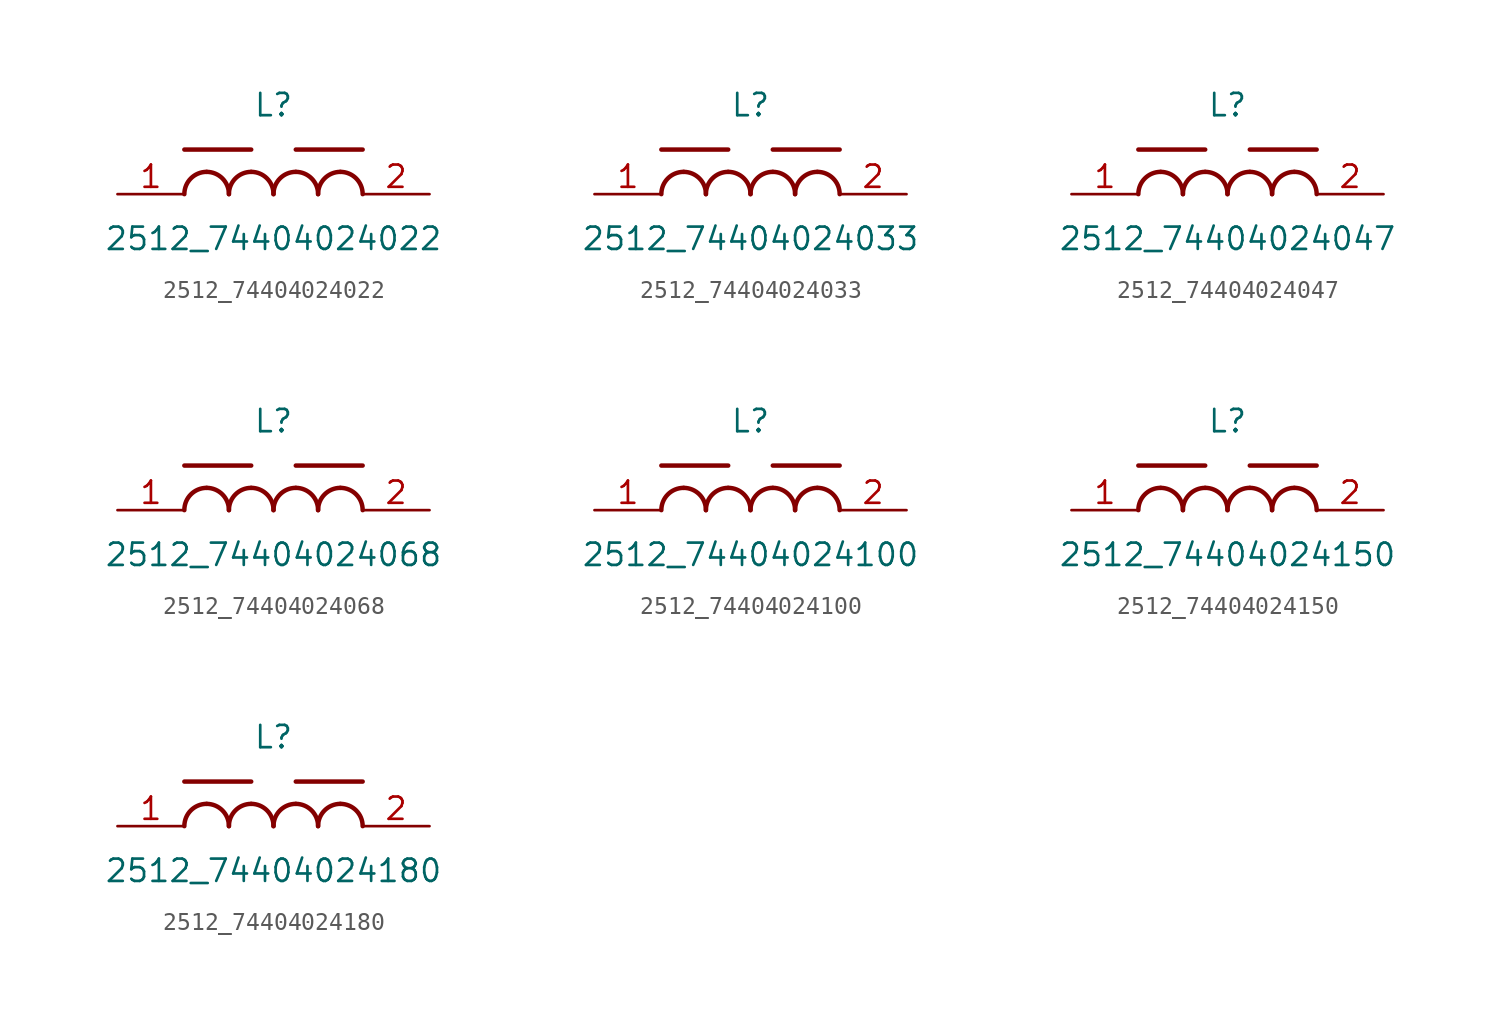
<source format=kicad_sym>
(kicad_symbol_lib
  (version 20211014)
  (generator kicad_symbol_editor)
  (symbol "Inductor_Wurth_WE-LQS:2512_74404024022"
    (pin_names hide)
    (property "Reference" "L"
      (at 0 5.08 0)
      (effects (font (size 1.27 1.27))))
    (property "Value" "2512_74404024022"
      (at 0 -2.54 0)
      (effects (font (size 1.27 1.27))))
    (symbol "2512_74404024022_0_1"
      (arc (start -3.81 1.27) (mid -4.708 0.898) (end -5.08 0) (stroke (width 0.254) (type default) (color 0 0 0 0)) (fill (type none)))
      (arc (start -2.54 0) (mid -2.912 0.898) (end -3.81 1.27) (stroke (width 0.254) (type default) (color 0 0 0 0)) (fill (type none)))
      (arc (start -1.2699 1.2701) (mid -2.1679 0.8981) (end -2.5399 0.0001) (stroke (width 0.254) (type default) (color 0 0 0 0)) (fill (type none)))
      (polyline (pts (xy -5.08 2.54) (xy -1.27 2.54)) (stroke (width 0.254) (type default) (color 0 0 0 0)) (fill (type none)))
      (polyline (pts (xy 5.08 2.54) (xy 1.27 2.54)) (stroke (width 0.254) (type default) (color 0 0 0 0)) (fill (type none)))
      (arc (start 0.0001 0.0001) (mid -0.3719 0.8981) (end -1.2699 1.2701) (stroke (width 0.254) (type default) (color 0 0 0 0)) (fill (type none)))
      (arc (start 1.2701 1.2701) (mid 0.3721 0.8981) (end 0.0001 0.0001) (stroke (width 0.254) (type default) (color 0 0 0 0)) (fill (type none)))
      (arc (start 2.5401 0.0001) (mid 2.1681 0.8981) (end 1.2701 1.2701) (stroke (width 0.254) (type default) (color 0 0 0 0)) (fill (type none)))
      (arc (start 3.8101 1.2701) (mid 2.9121 0.8981) (end 2.5401 0.0001) (stroke (width 0.254) (type default) (color 0 0 0 0)) (fill (type none)))
      (arc (start 5.0801 0.0001) (mid 4.7081 0.8981) (end 3.8101 1.2701) (stroke (width 0.254) (type default) (color 0 0 0 0)) (fill (type none))))
    (symbol "2512_74404024022_1_1"
      (pin passive line (at -8.89 0 0) (length 3.81) (name "1" (effects (font (size 1.27 1.27)))) (number "1" (effects (font (size 1.27 1.27)))))
      (pin passive line (at 8.89 0 180) (length 3.81) (name "2" (effects (font (size 1.27 1.27)))) (number "2" (effects (font (size 1.27 1.27)))))))
  (symbol "Inductor_Wurth_WE-LQS:2512_74404024033"
    (pin_names hide)
    (property "Reference" "L"
      (at 0 5.08 0)
      (effects (font (size 1.27 1.27))))
    (property "Value" "2512_74404024033"
      (at 0 -2.54 0)
      (effects (font (size 1.27 1.27))))
    (symbol "2512_74404024033_0_1"
      (arc (start -3.81 1.27) (mid -4.708 0.898) (end -5.08 0) (stroke (width 0.254) (type default) (color 0 0 0 0)) (fill (type none)))
      (arc (start -2.54 0) (mid -2.912 0.898) (end -3.81 1.27) (stroke (width 0.254) (type default) (color 0 0 0 0)) (fill (type none)))
      (arc (start -1.2699 1.2701) (mid -2.1679 0.8981) (end -2.5399 0.0001) (stroke (width 0.254) (type default) (color 0 0 0 0)) (fill (type none)))
      (polyline (pts (xy -5.08 2.54) (xy -1.27 2.54)) (stroke (width 0.254) (type default) (color 0 0 0 0)) (fill (type none)))
      (polyline (pts (xy 5.08 2.54) (xy 1.27 2.54)) (stroke (width 0.254) (type default) (color 0 0 0 0)) (fill (type none)))
      (arc (start 0.0001 0.0001) (mid -0.3719 0.8981) (end -1.2699 1.2701) (stroke (width 0.254) (type default) (color 0 0 0 0)) (fill (type none)))
      (arc (start 1.2701 1.2701) (mid 0.3721 0.8981) (end 0.0001 0.0001) (stroke (width 0.254) (type default) (color 0 0 0 0)) (fill (type none)))
      (arc (start 2.5401 0.0001) (mid 2.1681 0.8981) (end 1.2701 1.2701) (stroke (width 0.254) (type default) (color 0 0 0 0)) (fill (type none)))
      (arc (start 3.8101 1.2701) (mid 2.9121 0.8981) (end 2.5401 0.0001) (stroke (width 0.254) (type default) (color 0 0 0 0)) (fill (type none)))
      (arc (start 5.0801 0.0001) (mid 4.7081 0.8981) (end 3.8101 1.2701) (stroke (width 0.254) (type default) (color 0 0 0 0)) (fill (type none))))
    (symbol "2512_74404024033_1_1"
      (pin passive line (at -8.89 0 0) (length 3.81) (name "1" (effects (font (size 1.27 1.27)))) (number "1" (effects (font (size 1.27 1.27)))))
      (pin passive line (at 8.89 0 180) (length 3.81) (name "2" (effects (font (size 1.27 1.27)))) (number "2" (effects (font (size 1.27 1.27)))))))
  (symbol "Inductor_Wurth_WE-LQS:2512_74404024047"
    (pin_names hide)
    (property "Reference" "L"
      (at 0 5.08 0)
      (effects (font (size 1.27 1.27))))
    (property "Value" "2512_74404024047"
      (at 0 -2.54 0)
      (effects (font (size 1.27 1.27))))
    (symbol "2512_74404024047_0_1"
      (arc (start -3.81 1.27) (mid -4.708 0.898) (end -5.08 0) (stroke (width 0.254) (type default) (color 0 0 0 0)) (fill (type none)))
      (arc (start -2.54 0) (mid -2.912 0.898) (end -3.81 1.27) (stroke (width 0.254) (type default) (color 0 0 0 0)) (fill (type none)))
      (arc (start -1.2699 1.2701) (mid -2.1679 0.8981) (end -2.5399 0.0001) (stroke (width 0.254) (type default) (color 0 0 0 0)) (fill (type none)))
      (polyline (pts (xy -5.08 2.54) (xy -1.27 2.54)) (stroke (width 0.254) (type default) (color 0 0 0 0)) (fill (type none)))
      (polyline (pts (xy 5.08 2.54) (xy 1.27 2.54)) (stroke (width 0.254) (type default) (color 0 0 0 0)) (fill (type none)))
      (arc (start 0.0001 0.0001) (mid -0.3719 0.8981) (end -1.2699 1.2701) (stroke (width 0.254) (type default) (color 0 0 0 0)) (fill (type none)))
      (arc (start 1.2701 1.2701) (mid 0.3721 0.8981) (end 0.0001 0.0001) (stroke (width 0.254) (type default) (color 0 0 0 0)) (fill (type none)))
      (arc (start 2.5401 0.0001) (mid 2.1681 0.8981) (end 1.2701 1.2701) (stroke (width 0.254) (type default) (color 0 0 0 0)) (fill (type none)))
      (arc (start 3.8101 1.2701) (mid 2.9121 0.8981) (end 2.5401 0.0001) (stroke (width 0.254) (type default) (color 0 0 0 0)) (fill (type none)))
      (arc (start 5.0801 0.0001) (mid 4.7081 0.8981) (end 3.8101 1.2701) (stroke (width 0.254) (type default) (color 0 0 0 0)) (fill (type none))))
    (symbol "2512_74404024047_1_1"
      (pin passive line (at -8.89 0 0) (length 3.81) (name "1" (effects (font (size 1.27 1.27)))) (number "1" (effects (font (size 1.27 1.27)))))
      (pin passive line (at 8.89 0 180) (length 3.81) (name "2" (effects (font (size 1.27 1.27)))) (number "2" (effects (font (size 1.27 1.27)))))))
  (symbol "Inductor_Wurth_WE-LQS:2512_74404024068"
    (pin_names hide)
    (property "Reference" "L"
      (at 0 5.08 0)
      (effects (font (size 1.27 1.27))))
    (property "Value" "2512_74404024068"
      (at 0 -2.54 0)
      (effects (font (size 1.27 1.27))))
    (symbol "2512_74404024068_0_1"
      (arc (start -3.81 1.27) (mid -4.708 0.898) (end -5.08 0) (stroke (width 0.254) (type default) (color 0 0 0 0)) (fill (type none)))
      (arc (start -2.54 0) (mid -2.912 0.898) (end -3.81 1.27) (stroke (width 0.254) (type default) (color 0 0 0 0)) (fill (type none)))
      (arc (start -1.2699 1.2701) (mid -2.1679 0.8981) (end -2.5399 0.0001) (stroke (width 0.254) (type default) (color 0 0 0 0)) (fill (type none)))
      (polyline (pts (xy -5.08 2.54) (xy -1.27 2.54)) (stroke (width 0.254) (type default) (color 0 0 0 0)) (fill (type none)))
      (polyline (pts (xy 5.08 2.54) (xy 1.27 2.54)) (stroke (width 0.254) (type default) (color 0 0 0 0)) (fill (type none)))
      (arc (start 0.0001 0.0001) (mid -0.3719 0.8981) (end -1.2699 1.2701) (stroke (width 0.254) (type default) (color 0 0 0 0)) (fill (type none)))
      (arc (start 1.2701 1.2701) (mid 0.3721 0.8981) (end 0.0001 0.0001) (stroke (width 0.254) (type default) (color 0 0 0 0)) (fill (type none)))
      (arc (start 2.5401 0.0001) (mid 2.1681 0.8981) (end 1.2701 1.2701) (stroke (width 0.254) (type default) (color 0 0 0 0)) (fill (type none)))
      (arc (start 3.8101 1.2701) (mid 2.9121 0.8981) (end 2.5401 0.0001) (stroke (width 0.254) (type default) (color 0 0 0 0)) (fill (type none)))
      (arc (start 5.0801 0.0001) (mid 4.7081 0.8981) (end 3.8101 1.2701) (stroke (width 0.254) (type default) (color 0 0 0 0)) (fill (type none))))
    (symbol "2512_74404024068_1_1"
      (pin passive line (at -8.89 0 0) (length 3.81) (name "1" (effects (font (size 1.27 1.27)))) (number "1" (effects (font (size 1.27 1.27)))))
      (pin passive line (at 8.89 0 180) (length 3.81) (name "2" (effects (font (size 1.27 1.27)))) (number "2" (effects (font (size 1.27 1.27)))))))
  (symbol "Inductor_Wurth_WE-LQS:2512_74404024100"
    (pin_names hide)
    (property "Reference" "L"
      (at 0 5.08 0)
      (effects (font (size 1.27 1.27))))
    (property "Value" "2512_74404024100"
      (at 0 -2.54 0)
      (effects (font (size 1.27 1.27))))
    (symbol "2512_74404024100_0_1"
      (arc (start -3.81 1.27) (mid -4.708 0.898) (end -5.08 0) (stroke (width 0.254) (type default) (color 0 0 0 0)) (fill (type none)))
      (arc (start -2.54 0) (mid -2.912 0.898) (end -3.81 1.27) (stroke (width 0.254) (type default) (color 0 0 0 0)) (fill (type none)))
      (arc (start -1.2699 1.2701) (mid -2.1679 0.8981) (end -2.5399 0.0001) (stroke (width 0.254) (type default) (color 0 0 0 0)) (fill (type none)))
      (polyline (pts (xy -5.08 2.54) (xy -1.27 2.54)) (stroke (width 0.254) (type default) (color 0 0 0 0)) (fill (type none)))
      (polyline (pts (xy 5.08 2.54) (xy 1.27 2.54)) (stroke (width 0.254) (type default) (color 0 0 0 0)) (fill (type none)))
      (arc (start 0.0001 0.0001) (mid -0.3719 0.8981) (end -1.2699 1.2701) (stroke (width 0.254) (type default) (color 0 0 0 0)) (fill (type none)))
      (arc (start 1.2701 1.2701) (mid 0.3721 0.8981) (end 0.0001 0.0001) (stroke (width 0.254) (type default) (color 0 0 0 0)) (fill (type none)))
      (arc (start 2.5401 0.0001) (mid 2.1681 0.8981) (end 1.2701 1.2701) (stroke (width 0.254) (type default) (color 0 0 0 0)) (fill (type none)))
      (arc (start 3.8101 1.2701) (mid 2.9121 0.8981) (end 2.5401 0.0001) (stroke (width 0.254) (type default) (color 0 0 0 0)) (fill (type none)))
      (arc (start 5.0801 0.0001) (mid 4.7081 0.8981) (end 3.8101 1.2701) (stroke (width 0.254) (type default) (color 0 0 0 0)) (fill (type none))))
    (symbol "2512_74404024100_1_1"
      (pin passive line (at -8.89 0 0) (length 3.81) (name "1" (effects (font (size 1.27 1.27)))) (number "1" (effects (font (size 1.27 1.27)))))
      (pin passive line (at 8.89 0 180) (length 3.81) (name "2" (effects (font (size 1.27 1.27)))) (number "2" (effects (font (size 1.27 1.27)))))))
  (symbol "Inductor_Wurth_WE-LQS:2512_74404024150"
    (pin_names hide)
    (property "Reference" "L"
      (at 0 5.08 0)
      (effects (font (size 1.27 1.27))))
    (property "Value" "2512_74404024150"
      (at 0 -2.54 0)
      (effects (font (size 1.27 1.27))))
    (symbol "2512_74404024150_0_1"
      (arc (start -3.81 1.27) (mid -4.708 0.898) (end -5.08 0) (stroke (width 0.254) (type default) (color 0 0 0 0)) (fill (type none)))
      (arc (start -2.54 0) (mid -2.912 0.898) (end -3.81 1.27) (stroke (width 0.254) (type default) (color 0 0 0 0)) (fill (type none)))
      (arc (start -1.2699 1.2701) (mid -2.1679 0.8981) (end -2.5399 0.0001) (stroke (width 0.254) (type default) (color 0 0 0 0)) (fill (type none)))
      (polyline (pts (xy -5.08 2.54) (xy -1.27 2.54)) (stroke (width 0.254) (type default) (color 0 0 0 0)) (fill (type none)))
      (polyline (pts (xy 5.08 2.54) (xy 1.27 2.54)) (stroke (width 0.254) (type default) (color 0 0 0 0)) (fill (type none)))
      (arc (start 0.0001 0.0001) (mid -0.3719 0.8981) (end -1.2699 1.2701) (stroke (width 0.254) (type default) (color 0 0 0 0)) (fill (type none)))
      (arc (start 1.2701 1.2701) (mid 0.3721 0.8981) (end 0.0001 0.0001) (stroke (width 0.254) (type default) (color 0 0 0 0)) (fill (type none)))
      (arc (start 2.5401 0.0001) (mid 2.1681 0.8981) (end 1.2701 1.2701) (stroke (width 0.254) (type default) (color 0 0 0 0)) (fill (type none)))
      (arc (start 3.8101 1.2701) (mid 2.9121 0.8981) (end 2.5401 0.0001) (stroke (width 0.254) (type default) (color 0 0 0 0)) (fill (type none)))
      (arc (start 5.0801 0.0001) (mid 4.7081 0.8981) (end 3.8101 1.2701) (stroke (width 0.254) (type default) (color 0 0 0 0)) (fill (type none))))
    (symbol "2512_74404024150_1_1"
      (pin passive line (at -8.89 0 0) (length 3.81) (name "1" (effects (font (size 1.27 1.27)))) (number "1" (effects (font (size 1.27 1.27)))))
      (pin passive line (at 8.89 0 180) (length 3.81) (name "2" (effects (font (size 1.27 1.27)))) (number "2" (effects (font (size 1.27 1.27)))))))
  (symbol "Inductor_Wurth_WE-LQS:2512_74404024180"
    (pin_names hide)
    (property "Reference" "L"
      (at 0 5.08 0)
      (effects (font (size 1.27 1.27))))
    (property "Value" "2512_74404024180"
      (at 0 -2.54 0)
      (effects (font (size 1.27 1.27))))
    (symbol "2512_74404024180_0_1"
      (arc (start -3.81 1.27) (mid -4.708 0.898) (end -5.08 0) (stroke (width 0.254) (type default) (color 0 0 0 0)) (fill (type none)))
      (arc (start -2.54 0) (mid -2.912 0.898) (end -3.81 1.27) (stroke (width 0.254) (type default) (color 0 0 0 0)) (fill (type none)))
      (arc (start -1.2699 1.2701) (mid -2.1679 0.8981) (end -2.5399 0.0001) (stroke (width 0.254) (type default) (color 0 0 0 0)) (fill (type none)))
      (polyline (pts (xy -5.08 2.54) (xy -1.27 2.54)) (stroke (width 0.254) (type default) (color 0 0 0 0)) (fill (type none)))
      (polyline (pts (xy 5.08 2.54) (xy 1.27 2.54)) (stroke (width 0.254) (type default) (color 0 0 0 0)) (fill (type none)))
      (arc (start 0.0001 0.0001) (mid -0.3719 0.8981) (end -1.2699 1.2701) (stroke (width 0.254) (type default) (color 0 0 0 0)) (fill (type none)))
      (arc (start 1.2701 1.2701) (mid 0.3721 0.8981) (end 0.0001 0.0001) (stroke (width 0.254) (type default) (color 0 0 0 0)) (fill (type none)))
      (arc (start 2.5401 0.0001) (mid 2.1681 0.8981) (end 1.2701 1.2701) (stroke (width 0.254) (type default) (color 0 0 0 0)) (fill (type none)))
      (arc (start 3.8101 1.2701) (mid 2.9121 0.8981) (end 2.5401 0.0001) (stroke (width 0.254) (type default) (color 0 0 0 0)) (fill (type none)))
      (arc (start 5.0801 0.0001) (mid 4.7081 0.8981) (end 3.8101 1.2701) (stroke (width 0.254) (type default) (color 0 0 0 0)) (fill (type none))))
    (symbol "2512_74404024180_1_1"
      (pin passive line (at -8.89 0 0) (length 3.81) (name "1" (effects (font (size 1.27 1.27)))) (number "1" (effects (font (size 1.27 1.27)))))
      (pin passive line (at 8.89 0 180) (length 3.81) (name "2" (effects (font (size 1.27 1.27)))) (number "2" (effects (font (size 1.27 1.27))))))))
</source>
